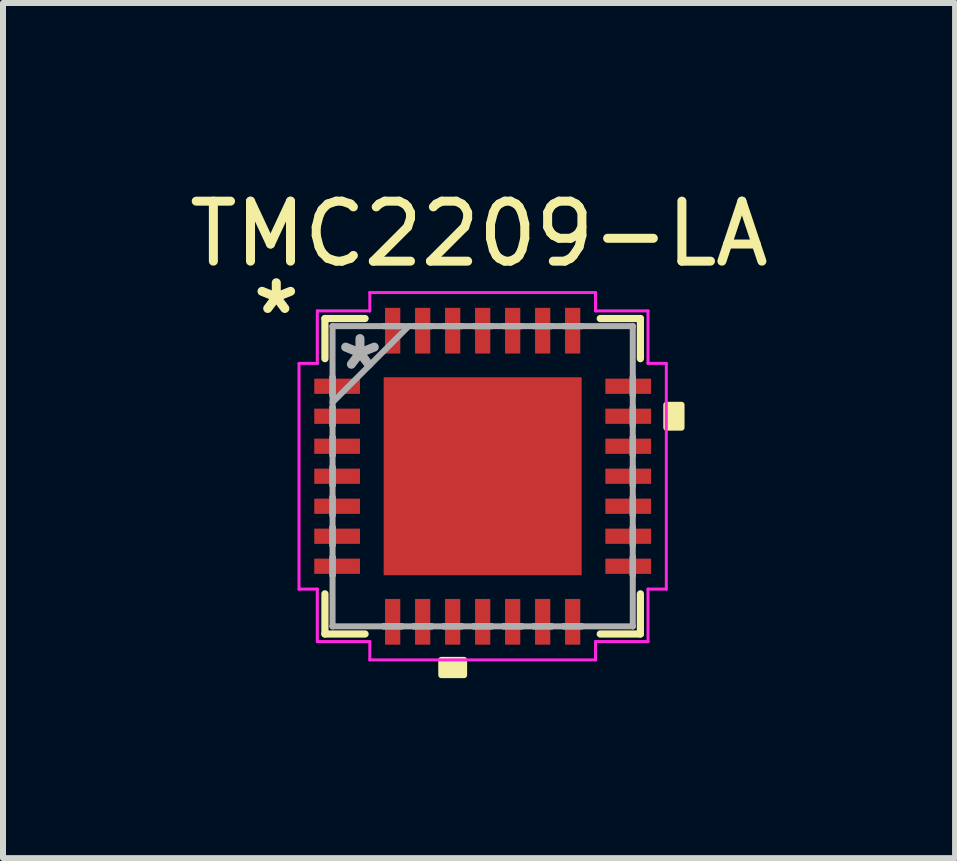
<source format=kicad_pcb>
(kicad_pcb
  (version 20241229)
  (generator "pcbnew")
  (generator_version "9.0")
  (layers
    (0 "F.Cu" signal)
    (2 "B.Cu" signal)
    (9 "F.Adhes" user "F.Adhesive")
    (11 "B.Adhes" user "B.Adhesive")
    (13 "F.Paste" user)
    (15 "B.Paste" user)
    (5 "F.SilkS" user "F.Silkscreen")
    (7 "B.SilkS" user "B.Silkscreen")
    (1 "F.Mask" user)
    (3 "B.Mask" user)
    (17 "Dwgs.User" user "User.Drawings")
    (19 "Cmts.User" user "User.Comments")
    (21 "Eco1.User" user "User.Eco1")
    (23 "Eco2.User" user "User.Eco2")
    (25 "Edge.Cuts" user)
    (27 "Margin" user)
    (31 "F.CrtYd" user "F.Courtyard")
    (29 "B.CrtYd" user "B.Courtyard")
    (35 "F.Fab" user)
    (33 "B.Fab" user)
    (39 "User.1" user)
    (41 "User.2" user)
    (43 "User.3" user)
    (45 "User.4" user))
  (footprint "TMC2209-LA"
    (layer "F.Cu")
    (at 4.995 4.888)
    (property "Reference" "TMC2209-LA" (at -0.06 -4.04 0) (layer "F.SilkS") (effects (font (size 1 1) (thickness 0.15))))
    (attr smd)
    (fp_line (start -2.629 -2.629) (end -2.629 -1.96) (stroke (width 0.12) (type solid)) (layer "F.SilkS"))
    (fp_line (start -2.629 1.96) (end -2.629 2.629) (stroke (width 0.12) (type solid)) (layer "F.SilkS"))
    (fp_line (start -2.629 2.629) (end -1.96 2.629) (stroke (width 0.12) (type solid)) (layer "F.SilkS"))
    (fp_line (start -1.96 -2.629) (end -2.629 -2.629) (stroke (width 0.12) (type solid)) (layer "F.SilkS"))
    (fp_line (start 1.96 2.629) (end 2.629 2.629) (stroke (width 0.12) (type solid)) (layer "F.SilkS"))
    (fp_line (start 2.629 -2.629) (end 1.96 -2.629) (stroke (width 0.12) (type solid)) (layer "F.SilkS"))
    (fp_line (start 2.629 -1.96) (end 2.629 -2.629) (stroke (width 0.12) (type solid)) (layer "F.SilkS"))
    (fp_line (start 2.629 2.629) (end 2.629 1.96) (stroke (width 0.12) (type solid)) (layer "F.SilkS"))
    (fp_poly (pts (xy -0.69 3.061) (xy -0.69 3.315) (xy -0.309 3.315) (xy -0.309 3.061)) (stroke (width 0.1) (type solid)) (fill yes) (layer "F.SilkS"))
    (fp_poly (pts (xy 3.315 -1.191) (xy 3.315 -0.81) (xy 3.061 -0.81) (xy 3.061 -1.191)) (stroke (width 0.1) (type solid)) (fill yes) (layer "F.SilkS"))
    (fp_poly (pts (xy -1.6 -0.535) (xy -1.6 0.535) (xy -0.735 0.535) (xy -0.735 -0.535)) (stroke (width 0.1) (type solid)) (fill yes) (layer "F.Paste"))
    (fp_poly (pts (xy -1.59 -1.6) (xy -1.59 -0.735) (xy -0.735 -0.735) (xy -0.735 -1.6)) (stroke (width 0.1) (type solid)) (fill yes) (layer "F.Paste"))
    (fp_poly (pts (xy -1.59 0.735) (xy -1.59 1.6) (xy -0.735 1.6) (xy -0.735 0.735)) (stroke (width 0.1) (type solid)) (fill yes) (layer "F.Paste"))
    (fp_poly (pts (xy -0.535 -1.59) (xy -0.535 -0.735) (xy 0.535 -0.735) (xy 0.535 -1.59)) (stroke (width 0.1) (type solid)) (fill yes) (layer "F.Paste"))
    (fp_poly (pts (xy -0.535 -0.535) (xy -0.535 0.535) (xy 0.535 0.535) (xy 0.535 -0.535)) (stroke (width 0.1) (type solid)) (fill yes) (layer "F.Paste"))
    (fp_poly (pts (xy -0.535 0.735) (xy -0.535 1.6) (xy 0.535 1.6) (xy 0.535 0.735)) (stroke (width 0.1) (type solid)) (fill yes) (layer "F.Paste"))
    (fp_poly (pts (xy 0.735 -1.59) (xy 0.735 -0.735) (xy 1.6 -0.735) (xy 1.6 -1.59)) (stroke (width 0.1) (type solid)) (fill yes) (layer "F.Paste"))
    (fp_poly (pts (xy 0.735 -0.535) (xy 0.735 0.535) (xy 1.58 0.535) (xy 1.58 -0.535)) (stroke (width 0.1) (type solid)) (fill yes) (layer "F.Paste"))
    (fp_poly (pts (xy 0.735 0.735) (xy 0.735 1.6) (xy 1.59 1.6) (xy 1.59 0.735)) (stroke (width 0.1) (type solid)) (fill yes) (layer "F.Paste"))
    (fp_line (start -3.061 -1.881) (end -2.756 -1.881) (stroke (width 0.05) (type solid)) (layer "F.CrtYd"))
    (fp_line (start -3.061 1.881) (end -3.061 -1.881) (stroke (width 0.05) (type solid)) (layer "F.CrtYd"))
    (fp_line (start -2.756 -2.756) (end -1.881 -2.756) (stroke (width 0.05) (type solid)) (layer "F.CrtYd"))
    (fp_line (start -2.756 -1.881) (end -2.756 -2.756) (stroke (width 0.05) (type solid)) (layer "F.CrtYd"))
    (fp_line (start -2.756 1.881) (end -3.061 1.881) (stroke (width 0.05) (type solid)) (layer "F.CrtYd"))
    (fp_line (start -2.756 2.756) (end -2.756 1.881) (stroke (width 0.05) (type solid)) (layer "F.CrtYd"))
    (fp_line (start -1.881 -3.061) (end 1.881 -3.061) (stroke (width 0.05) (type solid)) (layer "F.CrtYd"))
    (fp_line (start -1.881 -2.756) (end -1.881 -3.061) (stroke (width 0.05) (type solid)) (layer "F.CrtYd"))
    (fp_line (start -1.881 2.756) (end -2.756 2.756) (stroke (width 0.05) (type solid)) (layer "F.CrtYd"))
    (fp_line (start -1.881 3.061) (end -1.881 2.756) (stroke (width 0.05) (type solid)) (layer "F.CrtYd"))
    (fp_line (start 1.881 -3.061) (end 1.881 -2.756) (stroke (width 0.05) (type solid)) (layer "F.CrtYd"))
    (fp_line (start 1.881 -2.756) (end 2.756 -2.756) (stroke (width 0.05) (type solid)) (layer "F.CrtYd"))
    (fp_line (start 1.881 2.756) (end 1.881 3.061) (stroke (width 0.05) (type solid)) (layer "F.CrtYd"))
    (fp_line (start 1.881 3.061) (end -1.881 3.061) (stroke (width 0.05) (type solid)) (layer "F.CrtYd"))
    (fp_line (start 2.756 -2.756) (end 2.756 -1.881) (stroke (width 0.05) (type solid)) (layer "F.CrtYd"))
    (fp_line (start 2.756 -1.881) (end 3.061 -1.881) (stroke (width 0.05) (type solid)) (layer "F.CrtYd"))
    (fp_line (start 2.756 1.881) (end 2.756 2.756) (stroke (width 0.05) (type solid)) (layer "F.CrtYd"))
    (fp_line (start 2.756 2.756) (end 1.881 2.756) (stroke (width 0.05) (type solid)) (layer "F.CrtYd"))
    (fp_line (start 3.061 -1.881) (end 3.061 1.881) (stroke (width 0.05) (type solid)) (layer "F.CrtYd"))
    (fp_line (start 3.061 1.881) (end 2.756 1.881) (stroke (width 0.05) (type solid)) (layer "F.CrtYd"))
    (fp_line (start -2.502 -2.502) (end -2.502 -2.502) (stroke (width 0.1) (type solid)) (layer "F.Fab"))
    (fp_line (start -2.502 -2.502) (end -2.502 2.502) (stroke (width 0.1) (type solid)) (layer "F.Fab"))
    (fp_line (start -2.502 -1.652) (end -2.502 -1.652) (stroke (width 0.1) (type solid)) (layer "F.Fab"))
    (fp_line (start -2.502 -1.652) (end -2.502 -1.348) (stroke (width 0.1) (type solid)) (layer "F.Fab"))
    (fp_line (start -2.502 -1.348) (end -2.502 -1.652) (stroke (width 0.1) (type solid)) (layer "F.Fab"))
    (fp_line (start -2.502 -1.348) (end -2.502 -1.348) (stroke (width 0.1) (type solid)) (layer "F.Fab"))
    (fp_line (start -2.502 -1.232) (end -1.232 -2.502) (stroke (width 0.1) (type solid)) (layer "F.Fab"))
    (fp_line (start -2.502 -1.152) (end -2.502 -1.152) (stroke (width 0.1) (type solid)) (layer "F.Fab"))
    (fp_line (start -2.502 -1.152) (end -2.502 -0.848) (stroke (width 0.1) (type solid)) (layer "F.Fab"))
    (fp_line (start -2.502 -0.848) (end -2.502 -1.152) (stroke (width 0.1) (type solid)) (layer "F.Fab"))
    (fp_line (start -2.502 -0.848) (end -2.502 -0.848) (stroke (width 0.1) (type solid)) (layer "F.Fab"))
    (fp_line (start -2.502 -0.652) (end -2.502 -0.652) (stroke (width 0.1) (type solid)) (layer "F.Fab"))
    (fp_line (start -2.502 -0.652) (end -2.502 -0.348) (stroke (width 0.1) (type solid)) (layer "F.Fab"))
    (fp_line (start -2.502 -0.348) (end -2.502 -0.652) (stroke (width 0.1) (type solid)) (layer "F.Fab"))
    (fp_line (start -2.502 -0.348) (end -2.502 -0.348) (stroke (width 0.1) (type solid)) (layer "F.Fab"))
    (fp_line (start -2.502 -0.152) (end -2.502 -0.152) (stroke (width 0.1) (type solid)) (layer "F.Fab"))
    (fp_line (start -2.502 -0.152) (end -2.502 0.152) (stroke (width 0.1) (type solid)) (layer "F.Fab"))
    (fp_line (start -2.502 0.152) (end -2.502 -0.152) (stroke (width 0.1) (type solid)) (layer "F.Fab"))
    (fp_line (start -2.502 0.152) (end -2.502 0.152) (stroke (width 0.1) (type solid)) (layer "F.Fab"))
    (fp_line (start -2.502 0.348) (end -2.502 0.348) (stroke (width 0.1) (type solid)) (layer "F.Fab"))
    (fp_line (start -2.502 0.348) (end -2.502 0.652) (stroke (width 0.1) (type solid)) (layer "F.Fab"))
    (fp_line (start -2.502 0.652) (end -2.502 0.348) (stroke (width 0.1) (type solid)) (layer "F.Fab"))
    (fp_line (start -2.502 0.652) (end -2.502 0.652) (stroke (width 0.1) (type solid)) (layer "F.Fab"))
    (fp_line (start -2.502 0.848) (end -2.502 0.848) (stroke (width 0.1) (type solid)) (layer "F.Fab"))
    (fp_line (start -2.502 0.848) (end -2.502 1.152) (stroke (width 0.1) (type solid)) (layer "F.Fab"))
    (fp_line (start -2.502 1.152) (end -2.502 0.848) (stroke (width 0.1) (type solid)) (layer "F.Fab"))
    (fp_line (start -2.502 1.152) (end -2.502 1.152) (stroke (width 0.1) (type solid)) (layer "F.Fab"))
    (fp_line (start -2.502 1.348) (end -2.502 1.348) (stroke (width 0.1) (type solid)) (layer "F.Fab"))
    (fp_line (start -2.502 1.348) (end -2.502 1.652) (stroke (width 0.1) (type solid)) (layer "F.Fab"))
    (fp_line (start -2.502 1.652) (end -2.502 1.348) (stroke (width 0.1) (type solid)) (layer "F.Fab"))
    (fp_line (start -2.502 1.652) (end -2.502 1.652) (stroke (width 0.1) (type solid)) (layer "F.Fab"))
    (fp_line (start -2.502 2.502) (end -2.502 2.502) (stroke (width 0.1) (type solid)) (layer "F.Fab"))
    (fp_line (start -2.502 2.502) (end 2.502 2.502) (stroke (width 0.1) (type solid)) (layer "F.Fab"))
    (fp_line (start -1.652 -2.502) (end -1.652 -2.502) (stroke (width 0.1) (type solid)) (layer "F.Fab"))
    (fp_line (start -1.652 -2.502) (end -1.348 -2.502) (stroke (width 0.1) (type solid)) (layer "F.Fab"))
    (fp_line (start -1.652 2.502) (end -1.652 2.502) (stroke (width 0.1) (type solid)) (layer "F.Fab"))
    (fp_line (start -1.652 2.502) (end -1.348 2.502) (stroke (width 0.1) (type solid)) (layer "F.Fab"))
    (fp_line (start -1.348 -2.502) (end -1.652 -2.502) (stroke (width 0.1) (type solid)) (layer "F.Fab"))
    (fp_line (start -1.348 -2.502) (end -1.348 -2.502) (stroke (width 0.1) (type solid)) (layer "F.Fab"))
    (fp_line (start -1.348 2.502) (end -1.652 2.502) (stroke (width 0.1) (type solid)) (layer "F.Fab"))
    (fp_line (start -1.348 2.502) (end -1.348 2.502) (stroke (width 0.1) (type solid)) (layer "F.Fab"))
    (fp_line (start -1.152 -2.502) (end -1.152 -2.502) (stroke (width 0.1) (type solid)) (layer "F.Fab"))
    (fp_line (start -1.152 -2.502) (end -0.848 -2.502) (stroke (width 0.1) (type solid)) (layer "F.Fab"))
    (fp_line (start -1.152 2.502) (end -1.152 2.502) (stroke (width 0.1) (type solid)) (layer "F.Fab"))
    (fp_line (start -1.152 2.502) (end -0.848 2.502) (stroke (width 0.1) (type solid)) (layer "F.Fab"))
    (fp_line (start -0.848 -2.502) (end -1.152 -2.502) (stroke (width 0.1) (type solid)) (layer "F.Fab"))
    (fp_line (start -0.848 -2.502) (end -0.848 -2.502) (stroke (width 0.1) (type solid)) (layer "F.Fab"))
    (fp_line (start -0.848 2.502) (end -1.152 2.502) (stroke (width 0.1) (type solid)) (layer "F.Fab"))
    (fp_line (start -0.848 2.502) (end -0.848 2.502) (stroke (width 0.1) (type solid)) (layer "F.Fab"))
    (fp_line (start -0.652 -2.502) (end -0.652 -2.502) (stroke (width 0.1) (type solid)) (layer "F.Fab"))
    (fp_line (start -0.652 -2.502) (end -0.348 -2.502) (stroke (width 0.1) (type solid)) (layer "F.Fab"))
    (fp_line (start -0.652 2.502) (end -0.652 2.502) (stroke (width 0.1) (type solid)) (layer "F.Fab"))
    (fp_line (start -0.652 2.502) (end -0.348 2.502) (stroke (width 0.1) (type solid)) (layer "F.Fab"))
    (fp_line (start -0.348 -2.502) (end -0.652 -2.502) (stroke (width 0.1) (type solid)) (layer "F.Fab"))
    (fp_line (start -0.348 -2.502) (end -0.348 -2.502) (stroke (width 0.1) (type solid)) (layer "F.Fab"))
    (fp_line (start -0.348 2.502) (end -0.652 2.502) (stroke (width 0.1) (type solid)) (layer "F.Fab"))
    (fp_line (start -0.348 2.502) (end -0.348 2.502) (stroke (width 0.1) (type solid)) (layer "F.Fab"))
    (fp_line (start -0.152 -2.502) (end -0.152 -2.502) (stroke (width 0.1) (type solid)) (layer "F.Fab"))
    (fp_line (start -0.152 -2.502) (end 0.152 -2.502) (stroke (width 0.1) (type solid)) (layer "F.Fab"))
    (fp_line (start -0.152 2.502) (end -0.152 2.502) (stroke (width 0.1) (type solid)) (layer "F.Fab"))
    (fp_line (start -0.152 2.502) (end 0.152 2.502) (stroke (width 0.1) (type solid)) (layer "F.Fab"))
    (fp_line (start 0.152 -2.502) (end -0.152 -2.502) (stroke (width 0.1) (type solid)) (layer "F.Fab"))
    (fp_line (start 0.152 -2.502) (end 0.152 -2.502) (stroke (width 0.1) (type solid)) (layer "F.Fab"))
    (fp_line (start 0.152 2.502) (end -0.152 2.502) (stroke (width 0.1) (type solid)) (layer "F.Fab"))
    (fp_line (start 0.152 2.502) (end 0.152 2.502) (stroke (width 0.1) (type solid)) (layer "F.Fab"))
    (fp_line (start 0.348 -2.502) (end 0.348 -2.502) (stroke (width 0.1) (type solid)) (layer "F.Fab"))
    (fp_line (start 0.348 -2.502) (end 0.652 -2.502) (stroke (width 0.1) (type solid)) (layer "F.Fab"))
    (fp_line (start 0.348 2.502) (end 0.348 2.502) (stroke (width 0.1) (type solid)) (layer "F.Fab"))
    (fp_line (start 0.348 2.502) (end 0.652 2.502) (stroke (width 0.1) (type solid)) (layer "F.Fab"))
    (fp_line (start 0.652 -2.502) (end 0.348 -2.502) (stroke (width 0.1) (type solid)) (layer "F.Fab"))
    (fp_line (start 0.652 -2.502) (end 0.652 -2.502) (stroke (width 0.1) (type solid)) (layer "F.Fab"))
    (fp_line (start 0.652 2.502) (end 0.348 2.502) (stroke (width 0.1) (type solid)) (layer "F.Fab"))
    (fp_line (start 0.652 2.502) (end 0.652 2.502) (stroke (width 0.1) (type solid)) (layer "F.Fab"))
    (fp_line (start 0.848 -2.502) (end 0.848 -2.502) (stroke (width 0.1) (type solid)) (layer "F.Fab"))
    (fp_line (start 0.848 -2.502) (end 1.152 -2.502) (stroke (width 0.1) (type solid)) (layer "F.Fab"))
    (fp_line (start 0.848 2.502) (end 0.848 2.502) (stroke (width 0.1) (type solid)) (layer "F.Fab"))
    (fp_line (start 0.848 2.502) (end 1.152 2.502) (stroke (width 0.1) (type solid)) (layer "F.Fab"))
    (fp_line (start 1.152 -2.502) (end 0.848 -2.502) (stroke (width 0.1) (type solid)) (layer "F.Fab"))
    (fp_line (start 1.152 -2.502) (end 1.152 -2.502) (stroke (width 0.1) (type solid)) (layer "F.Fab"))
    (fp_line (start 1.152 2.502) (end 0.848 2.502) (stroke (width 0.1) (type solid)) (layer "F.Fab"))
    (fp_line (start 1.152 2.502) (end 1.152 2.502) (stroke (width 0.1) (type solid)) (layer "F.Fab"))
    (fp_line (start 1.348 -2.502) (end 1.348 -2.502) (stroke (width 0.1) (type solid)) (layer "F.Fab"))
    (fp_line (start 1.348 -2.502) (end 1.652 -2.502) (stroke (width 0.1) (type solid)) (layer "F.Fab"))
    (fp_line (start 1.348 2.502) (end 1.348 2.502) (stroke (width 0.1) (type solid)) (layer "F.Fab"))
    (fp_line (start 1.348 2.502) (end 1.652 2.502) (stroke (width 0.1) (type solid)) (layer "F.Fab"))
    (fp_line (start 1.652 -2.502) (end 1.348 -2.502) (stroke (width 0.1) (type solid)) (layer "F.Fab"))
    (fp_line (start 1.652 -2.502) (end 1.652 -2.502) (stroke (width 0.1) (type solid)) (layer "F.Fab"))
    (fp_line (start 1.652 2.502) (end 1.348 2.502) (stroke (width 0.1) (type solid)) (layer "F.Fab"))
    (fp_line (start 1.652 2.502) (end 1.652 2.502) (stroke (width 0.1) (type solid)) (layer "F.Fab"))
    (fp_line (start 2.502 -2.502) (end -2.502 -2.502) (stroke (width 0.1) (type solid)) (layer "F.Fab"))
    (fp_line (start 2.502 -2.502) (end 2.502 -2.502) (stroke (width 0.1) (type solid)) (layer "F.Fab"))
    (fp_line (start 2.502 -1.652) (end 2.502 -1.652) (stroke (width 0.1) (type solid)) (layer "F.Fab"))
    (fp_line (start 2.502 -1.652) (end 2.502 -1.348) (stroke (width 0.1) (type solid)) (layer "F.Fab"))
    (fp_line (start 2.502 -1.348) (end 2.502 -1.652) (stroke (width 0.1) (type solid)) (layer "F.Fab"))
    (fp_line (start 2.502 -1.348) (end 2.502 -1.348) (stroke (width 0.1) (type solid)) (layer "F.Fab"))
    (fp_line (start 2.502 -1.152) (end 2.502 -1.152) (stroke (width 0.1) (type solid)) (layer "F.Fab"))
    (fp_line (start 2.502 -1.152) (end 2.502 -0.848) (stroke (width 0.1) (type solid)) (layer "F.Fab"))
    (fp_line (start 2.502 -0.848) (end 2.502 -1.152) (stroke (width 0.1) (type solid)) (layer "F.Fab"))
    (fp_line (start 2.502 -0.848) (end 2.502 -0.848) (stroke (width 0.1) (type solid)) (layer "F.Fab"))
    (fp_line (start 2.502 -0.652) (end 2.502 -0.652) (stroke (width 0.1) (type solid)) (layer "F.Fab"))
    (fp_line (start 2.502 -0.652) (end 2.502 -0.348) (stroke (width 0.1) (type solid)) (layer "F.Fab"))
    (fp_line (start 2.502 -0.348) (end 2.502 -0.652) (stroke (width 0.1) (type solid)) (layer "F.Fab"))
    (fp_line (start 2.502 -0.348) (end 2.502 -0.348) (stroke (width 0.1) (type solid)) (layer "F.Fab"))
    (fp_line (start 2.502 -0.152) (end 2.502 -0.152) (stroke (width 0.1) (type solid)) (layer "F.Fab"))
    (fp_line (start 2.502 -0.152) (end 2.502 0.152) (stroke (width 0.1) (type solid)) (layer "F.Fab"))
    (fp_line (start 2.502 0.152) (end 2.502 -0.152) (stroke (width 0.1) (type solid)) (layer "F.Fab"))
    (fp_line (start 2.502 0.152) (end 2.502 0.152) (stroke (width 0.1) (type solid)) (layer "F.Fab"))
    (fp_line (start 2.502 0.348) (end 2.502 0.348) (stroke (width 0.1) (type solid)) (layer "F.Fab"))
    (fp_line (start 2.502 0.348) (end 2.502 0.652) (stroke (width 0.1) (type solid)) (layer "F.Fab"))
    (fp_line (start 2.502 0.652) (end 2.502 0.348) (stroke (width 0.1) (type solid)) (layer "F.Fab"))
    (fp_line (start 2.502 0.652) (end 2.502 0.652) (stroke (width 0.1) (type solid)) (layer "F.Fab"))
    (fp_line (start 2.502 0.848) (end 2.502 0.848) (stroke (width 0.1) (type solid)) (layer "F.Fab"))
    (fp_line (start 2.502 0.848) (end 2.502 1.152) (stroke (width 0.1) (type solid)) (layer "F.Fab"))
    (fp_line (start 2.502 1.152) (end 2.502 0.848) (stroke (width 0.1) (type solid)) (layer "F.Fab"))
    (fp_line (start 2.502 1.152) (end 2.502 1.152) (stroke (width 0.1) (type solid)) (layer "F.Fab"))
    (fp_line (start 2.502 1.348) (end 2.502 1.348) (stroke (width 0.1) (type solid)) (layer "F.Fab"))
    (fp_line (start 2.502 1.348) (end 2.502 1.652) (stroke (width 0.1) (type solid)) (layer "F.Fab"))
    (fp_line (start 2.502 1.652) (end 2.502 1.348) (stroke (width 0.1) (type solid)) (layer "F.Fab"))
    (fp_line (start 2.502 1.652) (end 2.502 1.652) (stroke (width 0.1) (type solid)) (layer "F.Fab"))
    (fp_line (start 2.502 2.502) (end 2.502 -2.502) (stroke (width 0.1) (type solid)) (layer "F.Fab"))
    (fp_line (start 2.502 2.502) (end 2.502 2.502) (stroke (width 0.1) (type solid)) (layer "F.Fab"))
    (fp_text user "*" (at -3.44 -2.68 0) (layer "F.SilkS") (effects (font (size 1 1) (thickness 0.15))))
    (fp_text user "*" (at -2.045 -1.75 0) (layer "F.Fab") (effects (font (size 1 1) (thickness 0.15))))
    (pad "1" smd rect (at -2.426 -1.5 90) (size 0.254 0.762) (layers "F.Cu" "F.Mask" "F.Paste"))
    (pad "2" smd rect (at -2.426 -1 90) (size 0.254 0.762) (layers "F.Cu" "F.Mask" "F.Paste"))
    (pad "3" smd rect (at -2.426 -0.5 90) (size 0.254 0.762) (layers "F.Cu" "F.Mask" "F.Paste"))
    (pad "4" smd rect (at -2.426 0 90) (size 0.254 0.762) (layers "F.Cu" "F.Mask" "F.Paste"))
    (pad "5" smd rect (at -2.426 0.5 90) (size 0.254 0.762) (layers "F.Cu" "F.Mask" "F.Paste"))
    (pad "6" smd rect (at -2.426 1 90) (size 0.254 0.762) (layers "F.Cu" "F.Mask" "F.Paste"))
    (pad "7" smd rect (at -2.426 1.5 90) (size 0.254 0.762) (layers "F.Cu" "F.Mask" "F.Paste"))
    (pad "8" smd rect (at -1.5 2.426) (size 0.254 0.762) (layers "F.Cu" "F.Mask" "F.Paste"))
    (pad "9" smd rect (at -1 2.426) (size 0.254 0.762) (layers "F.Cu" "F.Mask" "F.Paste"))
    (pad "10" smd rect (at -0.5 2.426) (size 0.254 0.762) (layers "F.Cu" "F.Mask" "F.Paste"))
    (pad "11" smd rect (at 0 2.426) (size 0.254 0.762) (layers "F.Cu" "F.Mask" "F.Paste"))
    (pad "12" smd rect (at 0.5 2.426) (size 0.254 0.762) (layers "F.Cu" "F.Mask" "F.Paste"))
    (pad "13" smd rect (at 1 2.426) (size 0.254 0.762) (layers "F.Cu" "F.Mask" "F.Paste"))
    (pad "14" smd rect (at 1.5 2.426) (size 0.254 0.762) (layers "F.Cu" "F.Mask" "F.Paste"))
    (pad "15" smd rect (at 2.426 1.5 90) (size 0.254 0.762) (layers "F.Cu" "F.Mask" "F.Paste"))
    (pad "16" smd rect (at 2.426 1 90) (size 0.254 0.762) (layers "F.Cu" "F.Mask" "F.Paste"))
    (pad "17" smd rect (at 2.426 0.5 90) (size 0.254 0.762) (layers "F.Cu" "F.Mask" "F.Paste"))
    (pad "18" smd rect (at 2.426 0 90) (size 0.254 0.762) (layers "F.Cu" "F.Mask" "F.Paste"))
    (pad "19" smd rect (at 2.426 -0.5 90) (size 0.254 0.762) (layers "F.Cu" "F.Mask" "F.Paste"))
    (pad "20" smd rect (at 2.426 -1 90) (size 0.254 0.762) (layers "F.Cu" "F.Mask" "F.Paste"))
    (pad "21" smd rect (at 2.426 -1.5 90) (size 0.254 0.762) (layers "F.Cu" "F.Mask" "F.Paste"))
    (pad "22" smd rect (at 1.5 -2.426) (size 0.254 0.762) (layers "F.Cu" "F.Mask" "F.Paste"))
    (pad "23" smd rect (at 1 -2.426) (size 0.254 0.762) (layers "F.Cu" "F.Mask" "F.Paste"))
    (pad "24" smd rect (at 0.5 -2.426) (size 0.254 0.762) (layers "F.Cu" "F.Mask" "F.Paste"))
    (pad "25" smd rect (at 0 -2.426) (size 0.254 0.762) (layers "F.Cu" "F.Mask" "F.Paste"))
    (pad "26" smd rect (at -0.5 -2.426) (size 0.254 0.762) (layers "F.Cu" "F.Mask" "F.Paste"))
    (pad "27" smd rect (at -1 -2.426) (size 0.254 0.762) (layers "F.Cu" "F.Mask" "F.Paste"))
    (pad "28" smd rect (at -1.5 -2.426) (size 0.254 0.762) (layers "F.Cu" "F.Mask" "F.Paste"))
    (pad "29" smd rect (at 0 0) (size 3.3 3.3) (layers "F.Cu" "F.Mask")))
  (gr_rect
    (start -3 -3)
    (end 12.869 11.253)
    (stroke (width 0.1) (type default))
    (fill no)
    (layer "Edge.Cuts")))
</source>
